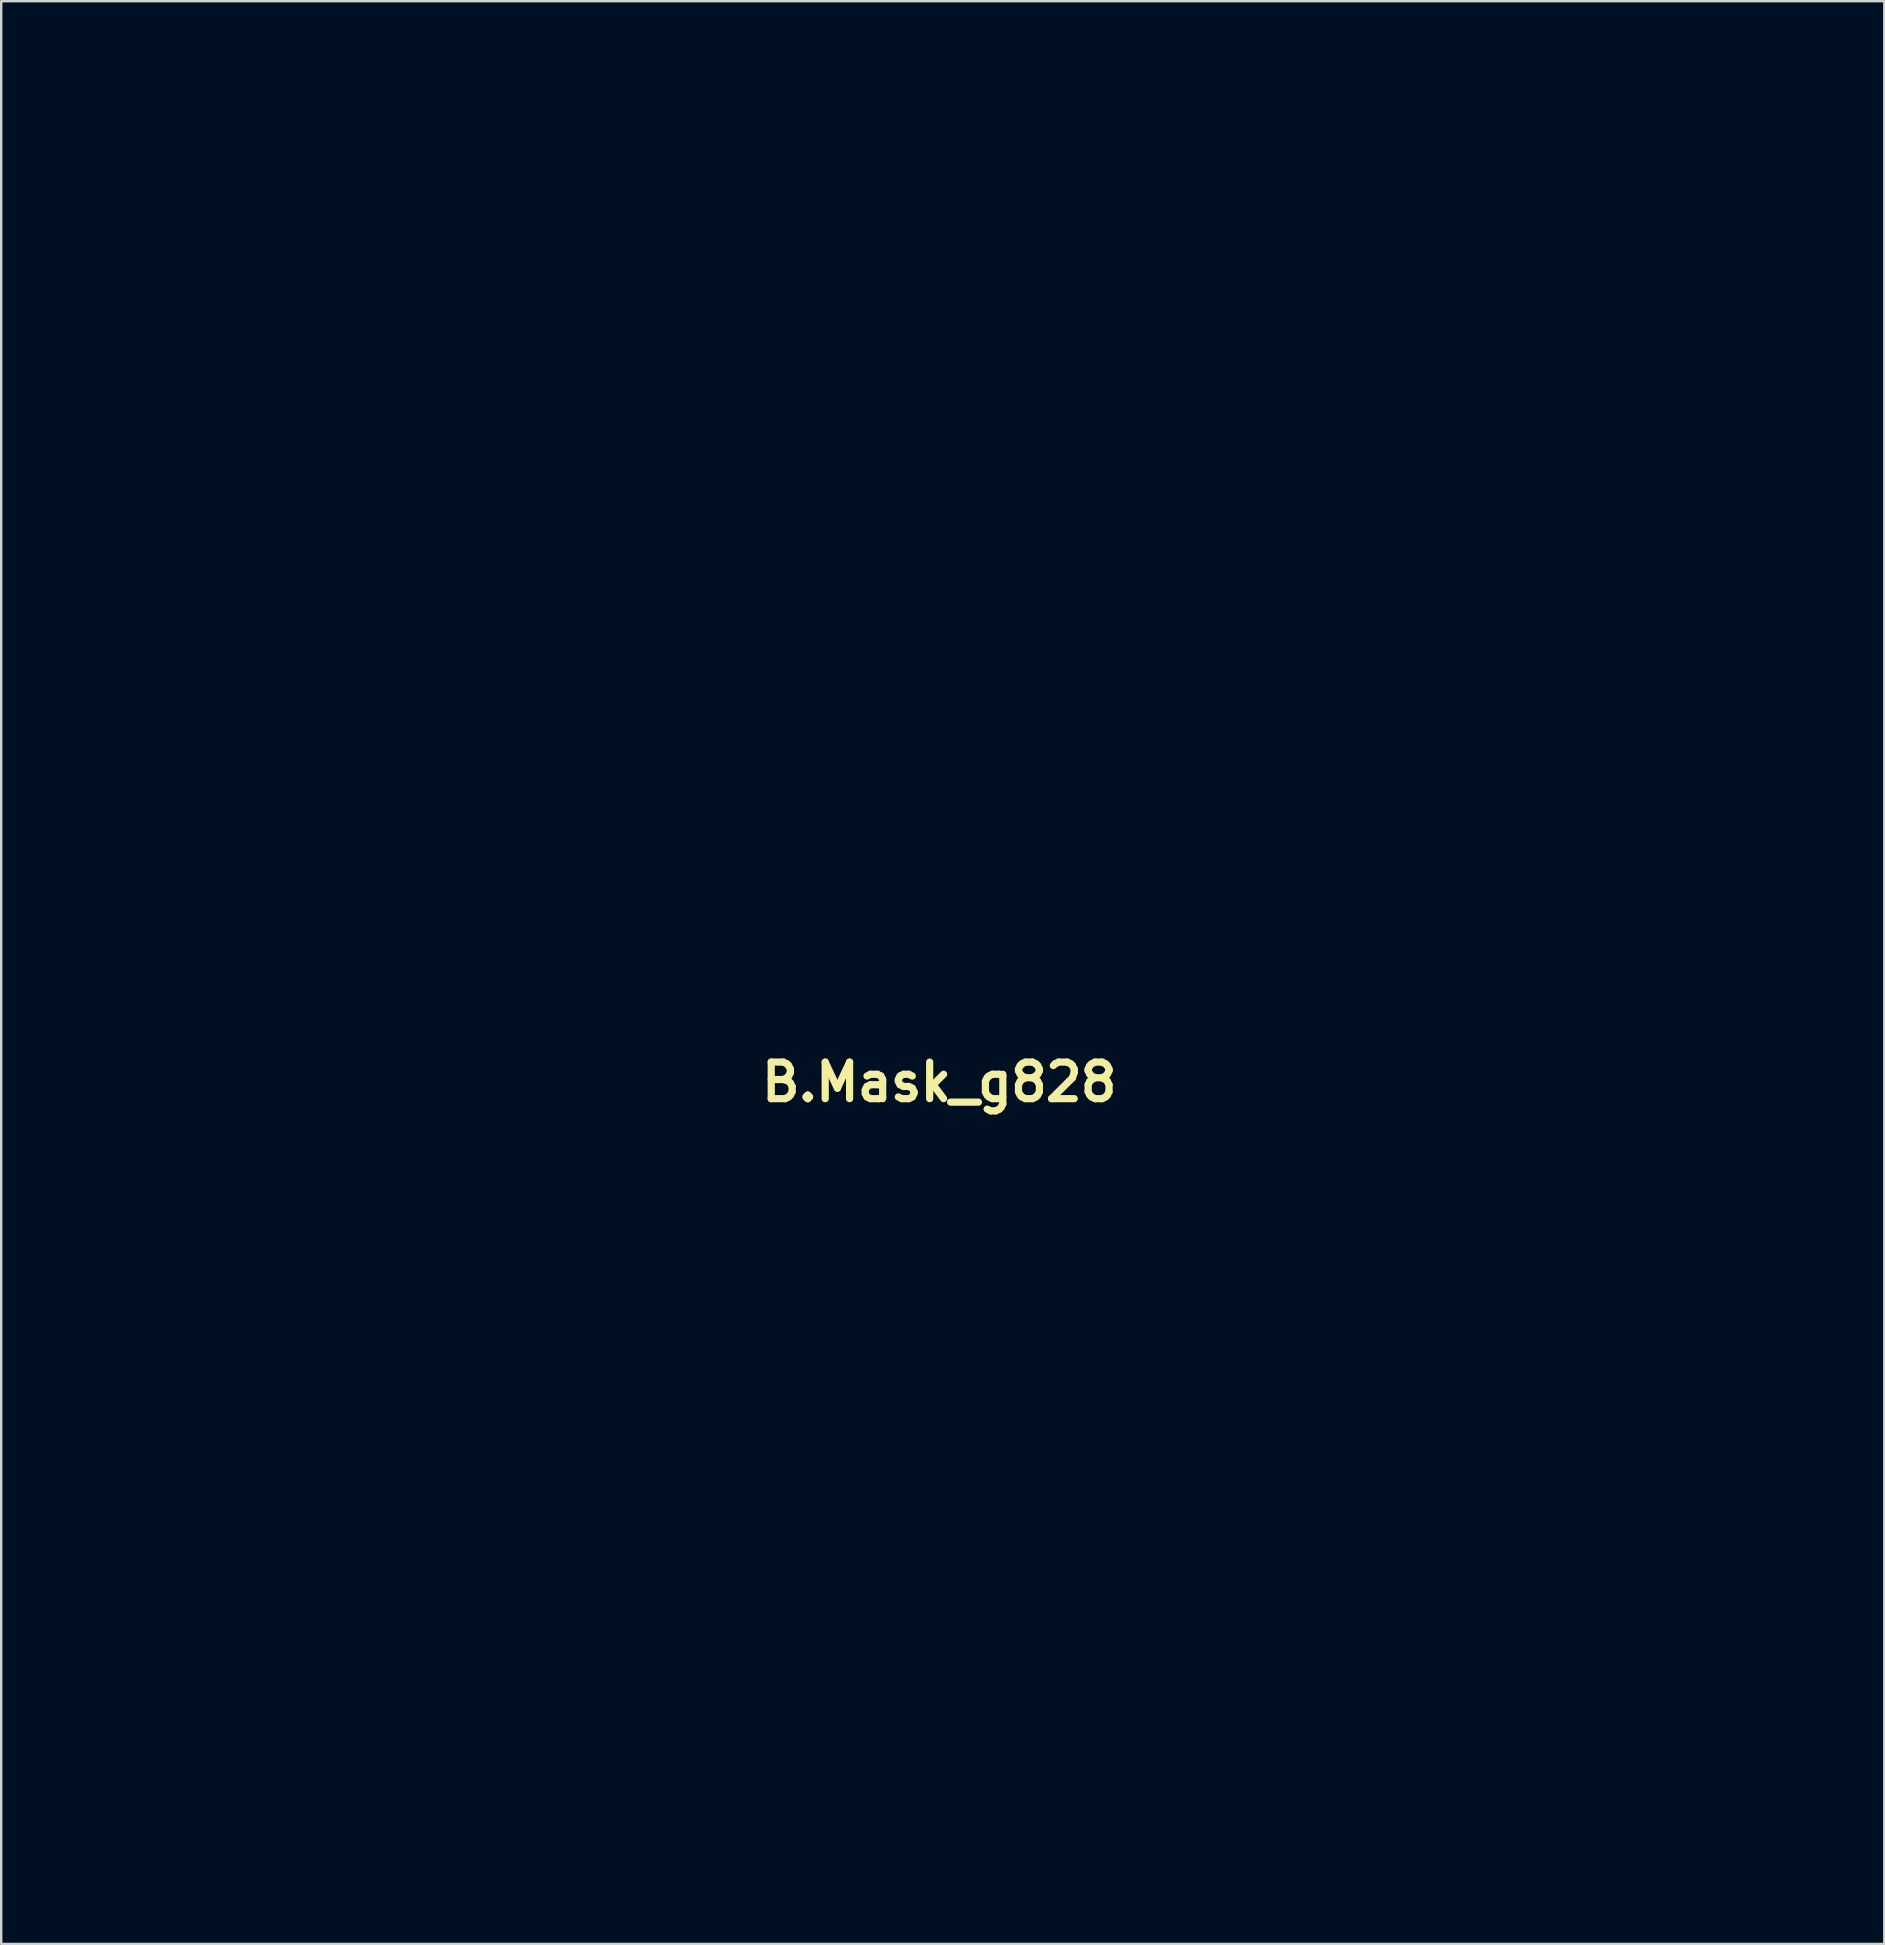
<source format=kicad_pcb>
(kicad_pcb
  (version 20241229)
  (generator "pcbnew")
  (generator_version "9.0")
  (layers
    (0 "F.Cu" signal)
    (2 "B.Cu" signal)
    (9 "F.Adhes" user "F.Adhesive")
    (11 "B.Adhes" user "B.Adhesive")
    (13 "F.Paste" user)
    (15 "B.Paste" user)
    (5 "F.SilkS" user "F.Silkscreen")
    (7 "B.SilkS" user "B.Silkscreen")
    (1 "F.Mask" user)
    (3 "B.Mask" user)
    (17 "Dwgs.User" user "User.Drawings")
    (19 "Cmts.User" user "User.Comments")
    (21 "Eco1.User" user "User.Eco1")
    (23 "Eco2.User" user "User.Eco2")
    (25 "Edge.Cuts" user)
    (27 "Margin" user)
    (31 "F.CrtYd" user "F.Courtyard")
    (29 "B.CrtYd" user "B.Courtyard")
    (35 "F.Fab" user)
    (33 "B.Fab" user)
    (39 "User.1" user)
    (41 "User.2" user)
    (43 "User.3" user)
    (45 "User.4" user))
  (footprint "B.Mask_g828"
    (layer "F.Cu")
    (at 36.096 42.05)
    (property "Reference" "B.Mask_g828" (at 0 0 0) (layer "F.SilkS") (effects (font (size 1.524 1.524) (thickness 0.3))))
    (attr through_hole)
    (fp_poly (pts (xy 20.384 27.691) (xy 20.598 27.733) (xy 20.787 27.798) (xy 20.956 27.887) (xy 21.11 28.002) (xy 21.166 28.054) (xy 21.298 28.21) (xy 21.394 28.386) (xy 21.452 28.578) (xy 21.474 28.786) (xy 21.458 29.008) (xy 21.404 29.241) (xy 21.313 29.483) (xy 21.262 29.591) (xy 21.113 29.849) (xy 20.926 30.11) (xy 20.703 30.373) (xy 20.449 30.635) (xy 20.166 30.894) (xy 19.859 31.147) (xy 19.53 31.392) (xy 19.183 31.628) (xy 18.821 31.851) (xy 18.448 32.059) (xy 18.067 32.249) (xy 17.681 32.421) (xy 17.294 32.571) (xy 16.909 32.697) (xy 16.584 32.783) (xy 16.262 32.85) (xy 15.951 32.893) (xy 15.656 32.914) (xy 15.383 32.911) (xy 15.137 32.885) (xy 15.06 32.871) (xy 14.83 32.805) (xy 14.627 32.71) (xy 14.452 32.588) (xy 14.308 32.442) (xy 14.197 32.274) (xy 14.121 32.086) (xy 14.081 31.88) (xy 14.076 31.765) (xy 14.097 31.538) (xy 14.158 31.301) (xy 14.257 31.057) (xy 14.394 30.805) (xy 14.567 30.549) (xy 14.776 30.289) (xy 15.019 30.027) (xy 15.295 29.764) (xy 15.603 29.501) (xy 15.942 29.241) (xy 16.09 29.135) (xy 16.422 28.915) (xy 16.783 28.699) (xy 17.163 28.494) (xy 17.552 28.304) (xy 17.939 28.134) (xy 18.314 27.99) (xy 18.49 27.93) (xy 18.815 27.832) (xy 19.117 27.76) (xy 19.407 27.709) (xy 19.696 27.68) (xy 19.865 27.671) (xy 20.141 27.671) (xy 20.384 27.691)) (stroke (width 0.01) (type solid)) (fill yes) (layer "B.Mask"))
    (fp_poly (pts (xy -32.613 -9.373) (xy -32.543 -9.367) (xy -32.472 -9.356) (xy -32.419 -9.345) (xy -32.241 -9.291) (xy -32.048 -9.202) (xy -31.844 -9.082) (xy -31.634 -8.934) (xy -31.421 -8.762) (xy -31.209 -8.57) (xy -31.002 -8.36) (xy -30.804 -8.137) (xy -30.619 -7.904) (xy -30.451 -7.664) (xy -30.36 -7.517) (xy -30.263 -7.345) (xy -30.171 -7.164) (xy -30.09 -6.985) (xy -30.022 -6.817) (xy -29.975 -6.672) (xy -29.97 -6.656) (xy -29.948 -6.548) (xy -29.931 -6.405) (xy -29.918 -6.224) (xy -29.91 -6.005) (xy -29.905 -5.748) (xy -29.905 -5.45) (xy -29.909 -5.112) (xy -29.912 -4.985) (xy -29.922 -4.64) (xy -29.938 -4.317) (xy -29.962 -4.01) (xy -29.994 -3.712) (xy -30.036 -3.417) (xy -30.088 -3.118) (xy -30.152 -2.808) (xy -30.229 -2.481) (xy -30.32 -2.131) (xy -30.425 -1.75) (xy -30.462 -1.623) (xy -30.531 -1.386) (xy -30.595 -1.185) (xy -30.655 -1.012) (xy -30.716 -0.862) (xy -30.78 -0.728) (xy -30.85 -0.603) (xy -30.931 -0.482) (xy -31.024 -0.357) (xy -31.133 -0.224) (xy -31.221 -0.121) (xy -31.339 0.009) (xy -31.469 0.139) (xy -31.603 0.264) (xy -31.733 0.375) (xy -31.851 0.467) (xy -31.938 0.524) (xy -32.021 0.567) (xy -32.114 0.601) (xy -32.222 0.627) (xy -32.351 0.645) (xy -32.508 0.658) (xy -32.698 0.666) (xy -32.798 0.668) (xy -33.02 0.669) (xy -33.205 0.666) (xy -33.355 0.657) (xy -33.449 0.646) (xy -33.709 0.599) (xy -33.946 0.534) (xy -34.166 0.446) (xy -34.376 0.333) (xy -34.582 0.192) (xy -34.791 0.018) (xy -34.997 -0.18) (xy -35.222 -0.42) (xy -35.409 -0.648) (xy -35.563 -0.87) (xy -35.685 -1.089) (xy -35.754 -1.242) (xy -35.86 -1.545) (xy -35.946 -1.875) (xy -36.012 -2.235) (xy -36.058 -2.624) (xy -36.084 -3.045) (xy -36.091 -3.498) (xy -36.077 -3.985) (xy -36.044 -4.508) (xy -36.003 -4.953) (xy -35.945 -5.464) (xy -35.88 -5.935) (xy -35.806 -6.367) (xy -35.724 -6.762) (xy -35.632 -7.122) (xy -35.53 -7.448) (xy -35.418 -7.741) (xy -35.294 -8.005) (xy -35.158 -8.239) (xy -35.01 -8.446) (xy -34.848 -8.627) (xy -34.672 -8.784) (xy -34.481 -8.918) (xy -34.338 -9) (xy -34.112 -9.105) (xy -33.87 -9.191) (xy -33.605 -9.26) (xy -33.311 -9.313) (xy -33.058 -9.344) (xy -32.905 -9.36) (xy -32.786 -9.37) (xy -32.692 -9.374) (xy -32.613 -9.373)) (stroke (width 0.01) (type solid)) (fill yes) (layer "B.Mask"))
    (fp_poly (pts (xy -8.38 -13.921) (xy -7.985 -13.903) (xy -7.623 -13.87) (xy -7.298 -13.822) (xy -7.176 -13.797) (xy -7.018 -13.759) (xy -6.845 -13.711) (xy -6.672 -13.656) (xy -6.511 -13.599) (xy -6.379 -13.545) (xy -6.377 -13.544) (xy -6.175 -13.432) (xy -5.976 -13.28) (xy -5.782 -13.088) (xy -5.594 -12.86) (xy -5.414 -12.596) (xy -5.242 -12.299) (xy -5.079 -11.971) (xy -4.928 -11.612) (xy -4.788 -11.226) (xy -4.782 -11.208) (xy -4.751 -11.108) (xy -4.73 -11.028) (xy -4.719 -10.953) (xy -4.714 -10.866) (xy -4.713 -10.753) (xy -4.713 -10.753) (xy -4.715 -10.641) (xy -4.722 -10.547) (xy -4.735 -10.455) (xy -4.757 -10.351) (xy -4.789 -10.223) (xy -4.916 -9.818) (xy -5.082 -9.425) (xy -5.286 -9.045) (xy -5.524 -8.681) (xy -5.795 -8.335) (xy -6.097 -8.01) (xy -6.427 -7.708) (xy -6.784 -7.431) (xy -7.165 -7.182) (xy -7.568 -6.962) (xy -7.942 -6.795) (xy -8.145 -6.716) (xy -8.339 -6.648) (xy -8.529 -6.59) (xy -8.722 -6.541) (xy -8.924 -6.499) (xy -9.14 -6.464) (xy -9.377 -6.434) (xy -9.64 -6.409) (xy -9.935 -6.386) (xy -10.16 -6.372) (xy -10.431 -6.357) (xy -10.724 -6.344) (xy -11.034 -6.332) (xy -11.353 -6.321) (xy -11.678 -6.312) (xy -12.001 -6.305) (xy -12.319 -6.3) (xy -12.624 -6.296) (xy -12.912 -6.295) (xy -13.177 -6.296) (xy -13.413 -6.299) (xy -13.615 -6.305) (xy -13.686 -6.308) (xy -13.923 -6.322) (xy -14.129 -6.342) (xy -14.312 -6.37) (xy -14.482 -6.408) (xy -14.649 -6.458) (xy -14.823 -6.523) (xy -14.974 -6.587) (xy -15.149 -6.67) (xy -15.333 -6.768) (xy -15.518 -6.876) (xy -15.699 -6.99) (xy -15.869 -7.106) (xy -16.021 -7.219) (xy -16.149 -7.326) (xy -16.247 -7.421) (xy -16.266 -7.443) (xy -16.42 -7.659) (xy -16.553 -7.907) (xy -16.663 -8.184) (xy -16.748 -8.486) (xy -16.808 -8.808) (xy -16.842 -9.146) (xy -16.849 -9.387) (xy -16.829 -9.794) (xy -16.772 -10.183) (xy -16.676 -10.554) (xy -16.542 -10.907) (xy -16.371 -11.241) (xy -16.161 -11.556) (xy -15.914 -11.852) (xy -15.822 -11.948) (xy -15.557 -12.19) (xy -15.263 -12.415) (xy -14.938 -12.624) (xy -14.581 -12.817) (xy -14.191 -12.993) (xy -13.767 -13.154) (xy -13.307 -13.301) (xy -12.812 -13.432) (xy -12.279 -13.55) (xy -11.707 -13.654) (xy -11.308 -13.715) (xy -10.766 -13.787) (xy -10.243 -13.844) (xy -9.74 -13.886) (xy -9.26 -13.913) (xy -8.806 -13.925) (xy -8.38 -13.921)) (stroke (width 0.01) (type solid)) (fill yes) (layer "B.Mask"))
    (fp_poly (pts (xy 2.368 12.249) (xy 2.626 12.25) (xy 2.875 12.253) (xy 3.108 12.257) (xy 3.321 12.262) (xy 3.505 12.268) (xy 3.619 12.273) (xy 3.935 12.291) (xy 4.211 12.308) (xy 4.453 12.325) (xy 4.663 12.342) (xy 4.845 12.36) (xy 5.004 12.379) (xy 5.142 12.4) (xy 5.263 12.422) (xy 5.37 12.448) (xy 5.468 12.477) (xy 5.561 12.51) (xy 5.651 12.547) (xy 5.687 12.563) (xy 5.863 12.65) (xy 6.053 12.754) (xy 6.251 12.871) (xy 6.45 12.998) (xy 6.645 13.13) (xy 6.829 13.262) (xy 6.997 13.392) (xy 7.143 13.514) (xy 7.261 13.625) (xy 7.319 13.69) (xy 7.497 13.933) (xy 7.648 14.208) (xy 7.772 14.511) (xy 7.868 14.838) (xy 7.935 15.186) (xy 7.972 15.553) (xy 7.98 15.815) (xy 7.972 16.109) (xy 7.949 16.383) (xy 7.907 16.649) (xy 7.846 16.92) (xy 7.761 17.21) (xy 7.734 17.293) (xy 7.59 17.673) (xy 7.418 18.03) (xy 7.215 18.364) (xy 6.982 18.677) (xy 6.717 18.968) (xy 6.42 19.238) (xy 6.09 19.489) (xy 5.725 19.72) (xy 5.325 19.933) (xy 4.889 20.128) (xy 4.417 20.306) (xy 3.906 20.468) (xy 3.439 20.593) (xy 2.946 20.708) (xy 2.426 20.812) (xy 1.884 20.906) (xy 1.329 20.988) (xy 0.768 21.058) (xy 0.207 21.115) (xy -0.347 21.159) (xy -0.885 21.188) (xy -1.402 21.202) (xy -1.89 21.2) (xy -2.053 21.195) (xy -2.499 21.169) (xy -2.919 21.123) (xy -3.31 21.058) (xy -3.669 20.976) (xy -3.994 20.875) (xy -4.244 20.775) (xy -4.448 20.669) (xy -4.643 20.54) (xy -4.829 20.383) (xy -5.009 20.199) (xy -5.185 19.983) (xy -5.358 19.733) (xy -5.532 19.448) (xy -5.707 19.125) (xy -5.823 18.893) (xy -5.923 18.678) (xy -6.003 18.487) (xy -6.064 18.309) (xy -6.108 18.136) (xy -6.137 17.959) (xy -6.153 17.768) (xy -6.158 17.555) (xy -6.153 17.31) (xy -6.153 17.293) (xy -6.143 17.092) (xy -6.127 16.915) (xy -6.102 16.755) (xy -6.066 16.601) (xy -6.016 16.446) (xy -5.95 16.28) (xy -5.866 16.096) (xy -5.77 15.901) (xy -5.51 15.433) (xy -5.222 14.995) (xy -4.906 14.589) (xy -4.561 14.214) (xy -4.188 13.871) (xy -3.788 13.559) (xy -3.359 13.28) (xy -3.272 13.229) (xy -2.989 13.078) (xy -2.687 12.941) (xy -2.365 12.817) (xy -2.021 12.707) (xy -1.651 12.609) (xy -1.253 12.523) (xy -0.825 12.449) (xy -0.363 12.385) (xy 0.133 12.331) (xy 0.668 12.286) (xy 0.857 12.273) (xy 0.997 12.266) (xy 1.173 12.26) (xy 1.379 12.256) (xy 1.607 12.252) (xy 1.853 12.25) (xy 2.108 12.249) (xy 2.368 12.249)) (stroke (width 0.01) (type solid)) (fill yes) (layer "B.Mask"))
    (fp_poly (pts (xy 30.754 -17.661) (xy 30.971 -17.659) (xy 31.156 -17.655) (xy 31.314 -17.647) (xy 31.452 -17.635) (xy 31.574 -17.617) (xy 31.686 -17.594) (xy 31.794 -17.563) (xy 31.902 -17.523) (xy 32.017 -17.475) (xy 32.143 -17.416) (xy 32.285 -17.347) (xy 32.294 -17.343) (xy 32.619 -17.164) (xy 32.929 -16.958) (xy 33.224 -16.722) (xy 33.506 -16.455) (xy 33.774 -16.157) (xy 34.03 -15.826) (xy 34.273 -15.461) (xy 34.506 -15.061) (xy 34.729 -14.626) (xy 34.941 -14.153) (xy 35.145 -13.643) (xy 35.34 -13.093) (xy 35.527 -12.503) (xy 35.613 -12.213) (xy 35.75 -11.714) (xy 35.878 -11.215) (xy 35.993 -10.721) (xy 36.095 -10.237) (xy 36.184 -9.769) (xy 36.258 -9.322) (xy 36.316 -8.901) (xy 36.357 -8.511) (xy 36.366 -8.393) (xy 36.376 -8.2) (xy 36.381 -7.989) (xy 36.38 -7.77) (xy 36.374 -7.554) (xy 36.363 -7.35) (xy 36.348 -7.17) (xy 36.333 -7.052) (xy 36.284 -6.801) (xy 36.218 -6.562) (xy 36.138 -6.344) (xy 36.048 -6.154) (xy 35.993 -6.064) (xy 35.852 -5.876) (xy 35.675 -5.679) (xy 35.467 -5.479) (xy 35.233 -5.279) (xy 34.979 -5.084) (xy 34.709 -4.897) (xy 34.427 -4.722) (xy 34.152 -4.57) (xy 33.865 -4.439) (xy 33.575 -4.346) (xy 33.276 -4.29) (xy 32.963 -4.268) (xy 32.671 -4.278) (xy 32.456 -4.303) (xy 32.216 -4.349) (xy 31.962 -4.413) (xy 31.705 -4.492) (xy 31.688 -4.498) (xy 31.218 -4.681) (xy 30.768 -4.9) (xy 30.34 -5.153) (xy 29.936 -5.439) (xy 29.558 -5.756) (xy 29.206 -6.102) (xy 28.885 -6.475) (xy 28.594 -6.874) (xy 28.336 -7.297) (xy 28.113 -7.743) (xy 28.008 -7.99) (xy 27.911 -8.253) (xy 27.814 -8.553) (xy 27.718 -8.887) (xy 27.623 -9.251) (xy 27.53 -9.639) (xy 27.44 -10.049) (xy 27.354 -10.475) (xy 27.273 -10.913) (xy 27.198 -11.359) (xy 27.129 -11.809) (xy 27.067 -12.258) (xy 27.013 -12.703) (xy 26.969 -13.138) (xy 26.954 -13.303) (xy 26.94 -13.501) (xy 26.929 -13.71) (xy 26.921 -13.923) (xy 26.917 -14.133) (xy 26.917 -14.336) (xy 26.92 -14.523) (xy 26.926 -14.689) (xy 26.936 -14.828) (xy 26.95 -14.932) (xy 26.954 -14.954) (xy 27.001 -15.129) (xy 27.072 -15.328) (xy 27.161 -15.545) (xy 27.265 -15.771) (xy 27.38 -15.999) (xy 27.502 -16.221) (xy 27.627 -16.429) (xy 27.751 -16.616) (xy 27.869 -16.774) (xy 27.928 -16.843) (xy 28.075 -16.984) (xy 28.255 -17.124) (xy 28.459 -17.257) (xy 28.678 -17.378) (xy 28.903 -17.481) (xy 29.075 -17.545) (xy 29.163 -17.572) (xy 29.249 -17.595) (xy 29.338 -17.614) (xy 29.435 -17.629) (xy 29.545 -17.641) (xy 29.672 -17.649) (xy 29.822 -17.655) (xy 29.999 -17.659) (xy 30.208 -17.661) (xy 30.453 -17.662) (xy 30.501 -17.662) (xy 30.754 -17.661)) (stroke (width 0.01) (type solid)) (fill yes) (layer "B.Mask"))
    (fp_poly (pts (xy 0.583 -42.044) (xy 1.033 -42.041) (xy 1.458 -42.035) (xy 1.856 -42.025) (xy 2.224 -42.013) (xy 2.559 -41.999) (xy 2.859 -41.981) (xy 3.12 -41.961) (xy 3.228 -41.951) (xy 3.514 -41.915) (xy 3.827 -41.863) (xy 4.155 -41.797) (xy 4.49 -41.72) (xy 4.82 -41.635) (xy 5.137 -41.543) (xy 5.43 -41.448) (xy 5.647 -41.368) (xy 5.927 -41.25) (xy 6.17 -41.131) (xy 6.383 -41.006) (xy 6.571 -40.871) (xy 6.739 -40.723) (xy 6.894 -40.557) (xy 7.041 -40.369) (xy 7.055 -40.35) (xy 7.256 -40.045) (xy 7.451 -39.707) (xy 7.634 -39.346) (xy 7.803 -38.971) (xy 7.951 -38.592) (xy 8.076 -38.218) (xy 8.152 -37.943) (xy 8.191 -37.751) (xy 8.218 -37.549) (xy 8.232 -37.35) (xy 8.23 -37.166) (xy 8.214 -37.009) (xy 8.214 -37.009) (xy 8.151 -36.744) (xy 8.053 -36.462) (xy 7.921 -36.167) (xy 7.758 -35.861) (xy 7.566 -35.548) (xy 7.347 -35.232) (xy 7.103 -34.915) (xy 6.836 -34.6) (xy 6.548 -34.29) (xy 6.242 -33.989) (xy 6.16 -33.913) (xy 5.689 -33.509) (xy 5.2 -33.142) (xy 4.693 -32.812) (xy 4.166 -32.518) (xy 3.617 -32.26) (xy 3.046 -32.038) (xy 2.451 -31.85) (xy 1.832 -31.696) (xy 1.651 -31.658) (xy 1.398 -31.611) (xy 1.127 -31.566) (xy 0.849 -31.526) (xy 0.576 -31.492) (xy 0.318 -31.465) (xy 0.087 -31.446) (xy 0.011 -31.442) (xy -0.093 -31.436) (xy -0.224 -31.428) (xy -0.364 -31.42) (xy -0.499 -31.411) (xy -0.508 -31.41) (xy -0.624 -31.404) (xy -0.777 -31.398) (xy -0.961 -31.393) (xy -1.169 -31.389) (xy -1.396 -31.385) (xy -1.636 -31.383) (xy -1.883 -31.381) (xy -2.131 -31.38) (xy -2.375 -31.379) (xy -2.608 -31.38) (xy -2.824 -31.382) (xy -3.018 -31.385) (xy -3.184 -31.389) (xy -3.231 -31.39) (xy -3.763 -31.413) (xy -4.325 -31.445) (xy -4.919 -31.487) (xy -5.548 -31.539) (xy -6.212 -31.601) (xy -6.915 -31.673) (xy -7.144 -31.698) (xy -7.48 -31.736) (xy -7.779 -31.772) (xy -8.044 -31.806) (xy -8.279 -31.841) (xy -8.489 -31.876) (xy -8.677 -31.913) (xy -8.848 -31.953) (xy -9.007 -31.996) (xy -9.156 -32.044) (xy -9.301 -32.098) (xy -9.446 -32.158) (xy -9.595 -32.226) (xy -9.726 -32.29) (xy -9.911 -32.384) (xy -10.083 -32.477) (xy -10.251 -32.575) (xy -10.423 -32.683) (xy -10.608 -32.806) (xy -10.813 -32.949) (xy -10.887 -33.001) (xy -11.131 -33.183) (xy -11.34 -33.356) (xy -11.519 -33.527) (xy -11.672 -33.701) (xy -11.805 -33.883) (xy -11.922 -34.078) (xy -11.955 -34.139) (xy -12.082 -34.414) (xy -12.18 -34.695) (xy -12.251 -34.991) (xy -12.296 -35.306) (xy -12.317 -35.649) (xy -12.319 -35.796) (xy -12.298 -36.243) (xy -12.236 -36.681) (xy -12.133 -37.11) (xy -11.989 -37.529) (xy -11.804 -37.938) (xy -11.58 -38.336) (xy -11.315 -38.722) (xy -11.011 -39.095) (xy -10.742 -39.382) (xy -10.43 -39.679) (xy -10.113 -39.945) (xy -9.782 -40.188) (xy -9.429 -40.413) (xy -9.045 -40.626) (xy -8.895 -40.702) (xy -8.608 -40.836) (xy -8.301 -40.963) (xy -7.97 -41.082) (xy -7.612 -41.197) (xy -7.224 -41.306) (xy -6.804 -41.411) (xy -6.349 -41.513) (xy -5.856 -41.612) (xy -5.577 -41.664) (xy -5.295 -41.715) (xy -5.03 -41.761) (xy -4.778 -41.802) (xy -4.536 -41.838) (xy -4.299 -41.87) (xy -4.065 -41.898) (xy -3.827 -41.923) (xy -3.584 -41.944) (xy -3.33 -41.963) (xy -3.063 -41.978) (xy -2.777 -41.992) (xy -2.469 -42.004) (xy -2.134 -42.013) (xy -1.77 -42.022) (xy -1.372 -42.029) (xy -0.936 -42.036) (xy -0.889 -42.037) (xy -0.381 -42.042) (xy 0.111 -42.045) (xy 0.583 -42.044)) (stroke (width 0.01) (type solid)) (fill yes) (layer "B.Mask")))
  (gr_rect
    (start -3 -3)
    (end 75.482 77.969)
    (stroke (width 0.1) (type default))
    (fill no)
    (layer "Edge.Cuts")))
</source>
